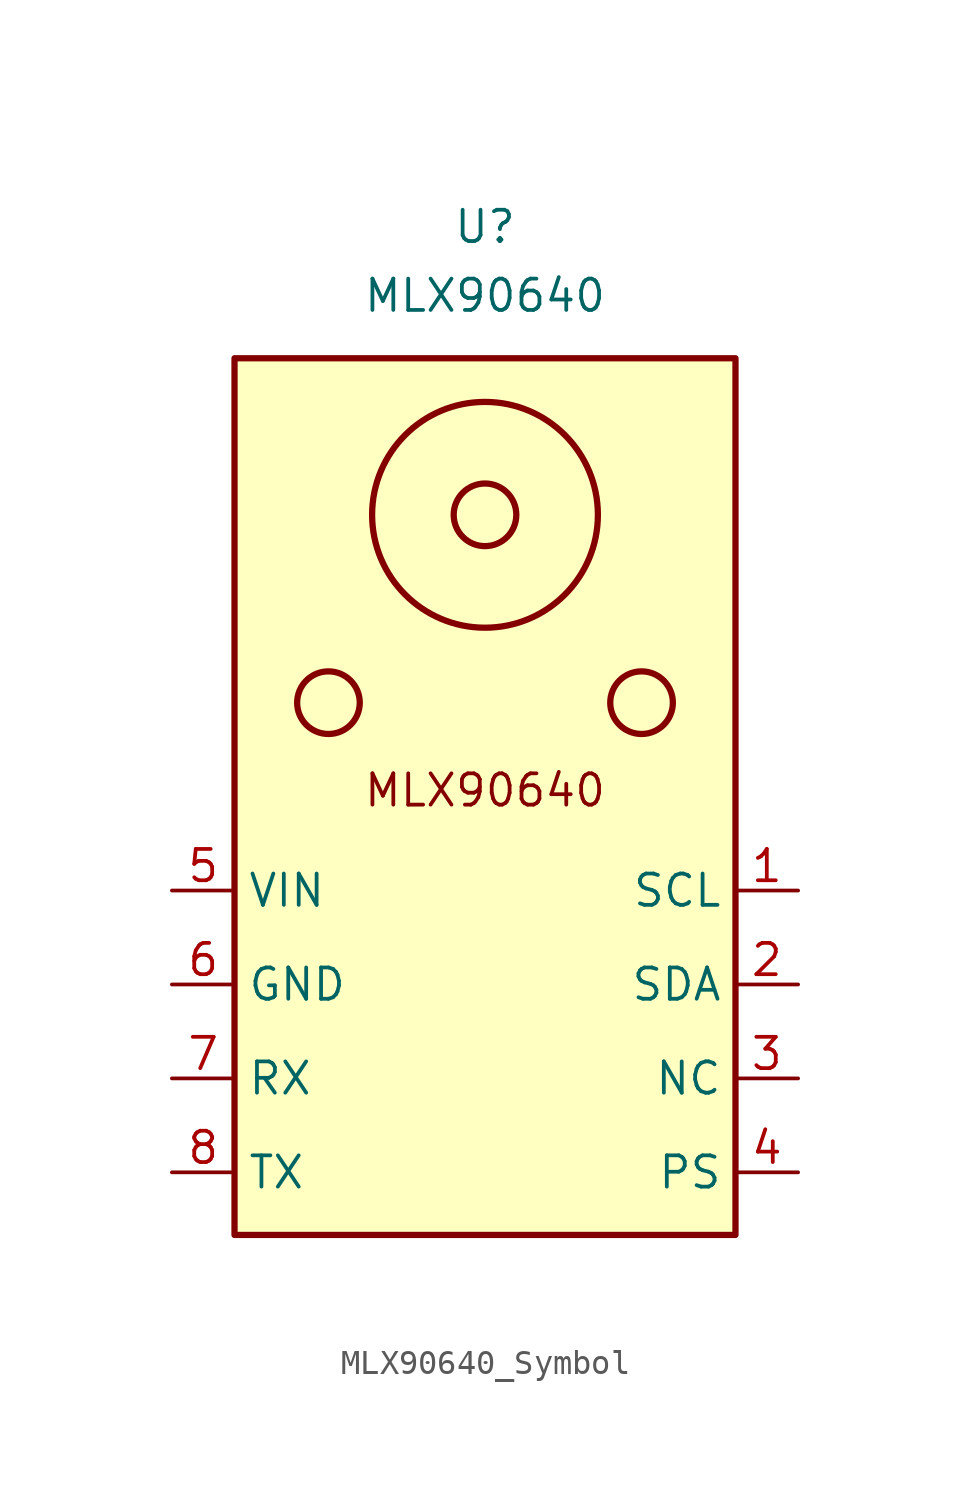
<source format=kicad_sym>
(kicad_symbol_lib
  (version 20241209)
  (generator "kicad_symbol_editor")
  (generator_version "9.0")
  (symbol "MLX90640_Symbol"
    (property "Reference" "U"
      (at 0 5.334 0)
      (effects (font (size 1.27 1.27))))
    (property "Value" "MLX90640"
      (at 0 2.54 0)
      (effects (font (size 1.27 1.27))))
    (symbol "MLX90640_Symbol_0_1"
      (circle (center -6.35 -13.97) (radius 1.27) (stroke (width 0.254) (type default)) (fill (type none)))
      (circle (center 0 -6.35) (radius 1.27) (stroke (width 0.254) (type default)) (fill (type none)))
      (circle (center 0 -6.35) (radius 4.579) (stroke (width 0.254) (type default)) (fill (type none)))
      (circle (center 6.35 -13.97) (radius 1.27) (stroke (width 0.254) (type default)) (fill (type none))))
    (symbol "MLX90640_Symbol_1_1"
      (rectangle (start -10.16 0) (end 10.16 -35.56) (stroke (width 0.254) (type solid)) (fill (type background)))
      (text "MLX90640" (at 0 -17.526 0) (effects (font (size 1.27 1.27))))
      (pin input line (at -12.7 -21.59 0) (length 2.54) (name "VIN" (effects (font (size 1.27 1.27)))) (number "5" (effects (font (size 1.27 1.27)))))
      (pin input line (at -12.7 -25.4 0) (length 2.54) (name "GND" (effects (font (size 1.27 1.27)))) (number "6" (effects (font (size 1.27 1.27)))))
      (pin input line (at -12.7 -29.21 0) (length 2.54) (name "RX" (effects (font (size 1.27 1.27)))) (number "7" (effects (font (size 1.27 1.27)))))
      (pin input line (at -12.7 -33.02 0) (length 2.54) (name "TX" (effects (font (size 1.27 1.27)))) (number "8" (effects (font (size 1.27 1.27)))))
      (pin input line (at 12.7 -21.59 180) (length 2.54) (name "SCL" (effects (font (size 1.27 1.27)))) (number "1" (effects (font (size 1.27 1.27)))))
      (pin input line (at 12.7 -25.4 180) (length 2.54) (name "SDA" (effects (font (size 1.27 1.27)))) (number "2" (effects (font (size 1.27 1.27)))))
      (pin input line (at 12.7 -29.21 180) (length 2.54) (name "NC" (effects (font (size 1.27 1.27)))) (number "3" (effects (font (size 1.27 1.27)))))
      (pin input line (at 12.7 -33.02 180) (length 2.54) (name "PS" (effects (font (size 1.27 1.27)))) (number "4" (effects (font (size 1.27 1.27))))))))
</source>
